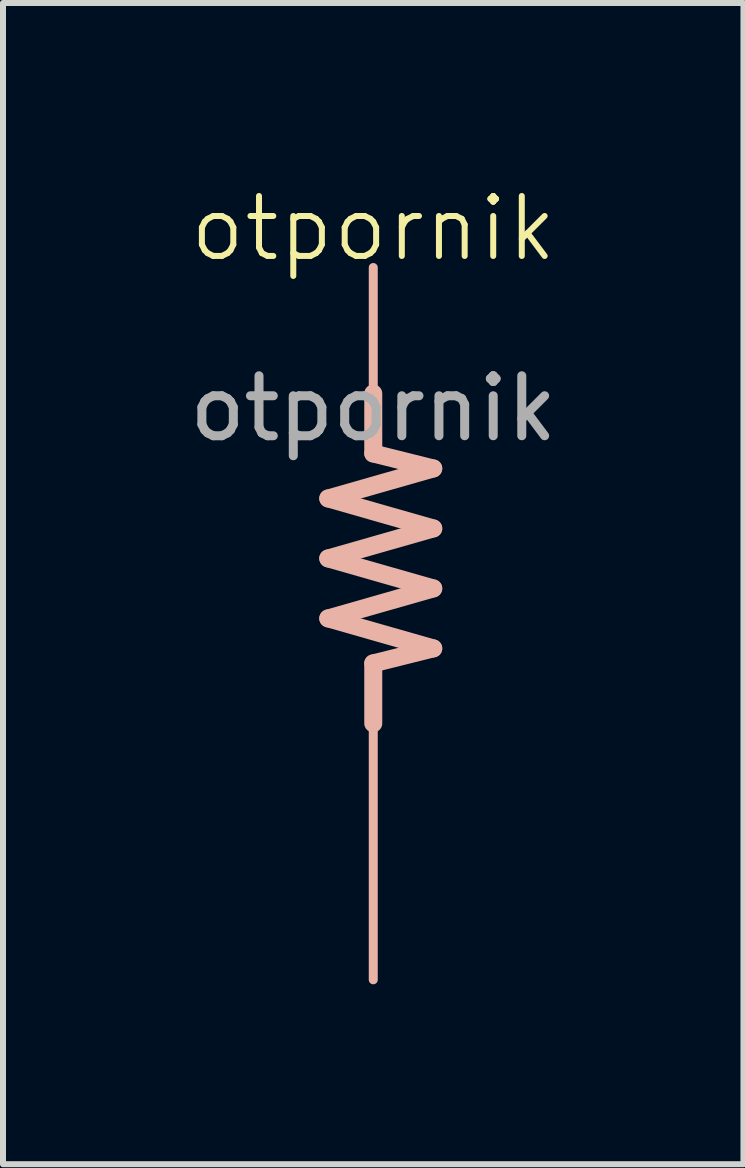
<source format=kicad_pcb>
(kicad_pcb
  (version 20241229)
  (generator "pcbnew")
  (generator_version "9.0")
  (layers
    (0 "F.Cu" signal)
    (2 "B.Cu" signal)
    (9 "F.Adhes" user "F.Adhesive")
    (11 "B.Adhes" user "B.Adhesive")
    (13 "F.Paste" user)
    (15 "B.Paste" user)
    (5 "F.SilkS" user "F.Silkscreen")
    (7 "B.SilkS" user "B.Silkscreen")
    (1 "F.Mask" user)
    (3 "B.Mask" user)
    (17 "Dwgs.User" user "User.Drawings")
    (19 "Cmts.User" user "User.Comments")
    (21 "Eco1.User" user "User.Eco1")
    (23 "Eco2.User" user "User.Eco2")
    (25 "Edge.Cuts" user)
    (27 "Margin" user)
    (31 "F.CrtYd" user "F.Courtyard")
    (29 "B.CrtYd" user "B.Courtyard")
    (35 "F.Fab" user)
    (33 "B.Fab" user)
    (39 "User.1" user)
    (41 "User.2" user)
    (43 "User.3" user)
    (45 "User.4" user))
  (footprint "otpornik"
    (layer "F.Cu")
    (at 3.173 1.26)
    (property "Reference" "otpornik" (at 0 -0.5 0) (unlocked yes) (layer "F.SilkS") (effects (font (size 1 1) (thickness 0.1))))
    (attr smd)
    (fp_line (start -0.75 4) (end 1 3.5) (stroke (width 0.3) (type default)) (layer "B.SilkS"))
    (fp_line (start -0.75 5) (end 1 4.5) (stroke (width 0.3) (type default)) (layer "B.SilkS"))
    (fp_line (start -0.75 6) (end 1 5.5) (stroke (width 0.3) (type default)) (layer "B.SilkS"))
    (fp_line (start 0 0.15) (end 0 3.25) (stroke (width 0.15) (type default)) (layer "B.SilkS"))
    (fp_line (start 0 3.25) (end 0 2.25) (stroke (width 0.3) (type default)) (layer "B.SilkS"))
    (fp_line (start 0 6.75) (end 1 6.5) (stroke (width 0.3) (type default)) (layer "B.SilkS"))
    (fp_line (start 0 7.75) (end 0 6.75) (stroke (width 0.3) (type default)) (layer "B.SilkS"))
    (fp_line (start 0 12.025) (end 0 6.75) (stroke (width 0.15) (type default)) (layer "B.SilkS"))
    (fp_line (start 1 3.5) (end 0 3.25) (stroke (width 0.3) (type default)) (layer "B.SilkS"))
    (fp_line (start 1 4.5) (end -0.75 4) (stroke (width 0.3) (type default)) (layer "B.SilkS"))
    (fp_line (start 1 5.5) (end -0.75 5) (stroke (width 0.3) (type default)) (layer "B.SilkS"))
    (fp_line (start 1 6.5) (end -0.75 6) (stroke (width 0.3) (type default)) (layer "B.SilkS"))
    (fp_text user "${REFERENCE}" (at 0 2.5 0) (unlocked yes) (layer "F.Fab") (effects (font (size 1 1) (thickness 0.15)))))
  (gr_rect
    (start -3 -3)
    (end 9.345 16.36)
    (stroke (width 0.1) (type default))
    (fill no)
    (layer "Edge.Cuts")))
</source>
